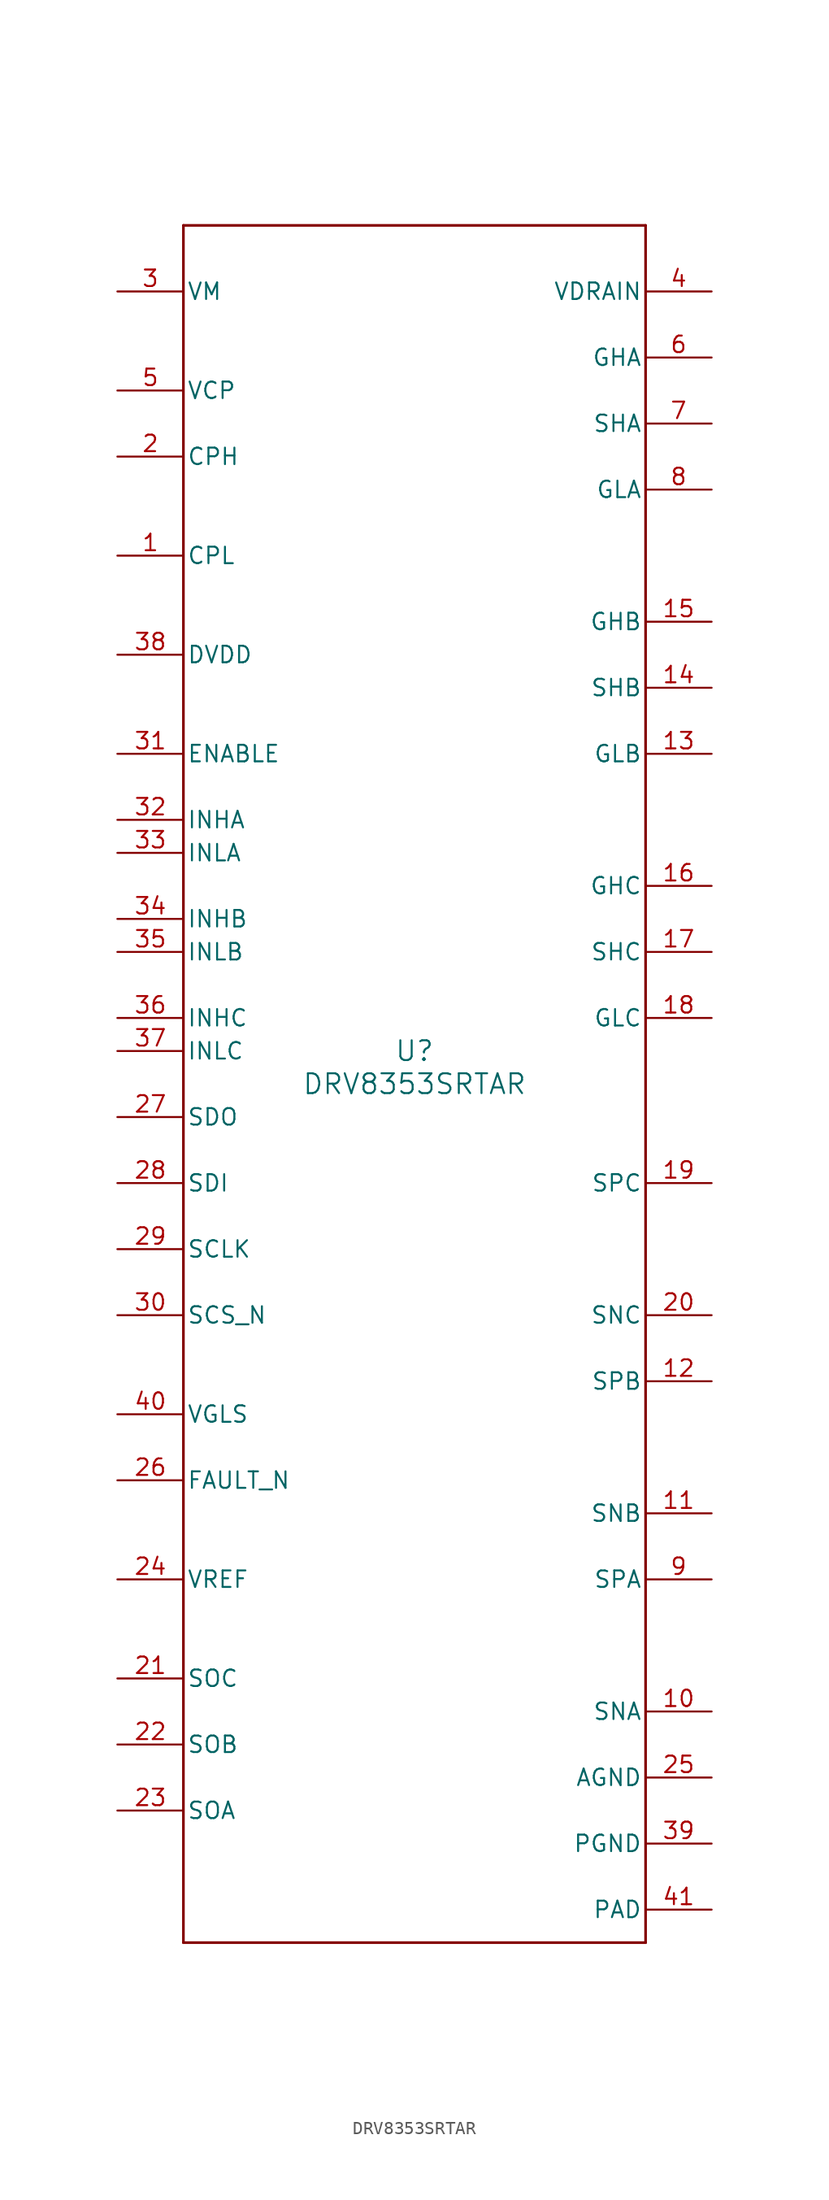
<source format=kicad_sym>
(kicad_symbol_lib
  (version 20211014)
  (generator kicad_symbol_editor)
  (symbol "DRV8353SRTAR"
    (pin_names
      (offset 0.254))
    (property "Reference" "U"
      (at 0 2.54 0)
      (effects (font (size 1.524 1.524))))
    (property "Value" "DRV8353SRTAR"
      (at 0 0 0)
      (effects (font (size 1.524 1.524))))
    (symbol "DRV8353SRTAR_0_1"
      (polyline (pts (xy -17.78 -66.04) (xy 17.78 -66.04)) (stroke (width 0.203) (type default) (color 0 0 0 0)) (fill (type none)))
      (polyline (pts (xy 17.78 -66.04) (xy 17.78 66.04)) (stroke (width 0.203) (type default) (color 0 0 0 0)) (fill (type none)))
      (polyline (pts (xy 17.78 66.04) (xy -17.78 66.04)) (stroke (width 0.203) (type default) (color 0 0 0 0)) (fill (type none)))
      (polyline (pts (xy -17.78 66.04) (xy -17.78 -66.04)) (stroke (width 0.203) (type default) (color 0 0 0 0)) (fill (type none)))
      (pin unspecified line (at -22.86 40.64 0) (length 5.08) (name "CPL" (effects (font (size 1.27 1.27)))) (number "1" (effects (font (size 1.27 1.27)))))
      (pin unspecified line (at -22.86 48.26 0) (length 5.08) (name "CPH" (effects (font (size 1.27 1.27)))) (number "2" (effects (font (size 1.27 1.27)))))
      (pin power_in line (at -22.86 60.96 0) (length 5.08) (name "VM" (effects (font (size 1.27 1.27)))) (number "3" (effects (font (size 1.27 1.27)))))
      (pin input line (at 22.86 60.96 180) (length 5.08) (name "VDRAIN" (effects (font (size 1.27 1.27)))) (number "4" (effects (font (size 1.27 1.27)))))
      (pin power_in line (at -22.86 53.34 0) (length 5.08) (name "VCP" (effects (font (size 1.27 1.27)))) (number "5" (effects (font (size 1.27 1.27)))))
      (pin output line (at 22.86 55.88 180) (length 5.08) (name "GHA" (effects (font (size 1.27 1.27)))) (number "6" (effects (font (size 1.27 1.27)))))
      (pin input line (at 22.86 50.8 180) (length 5.08) (name "SHA" (effects (font (size 1.27 1.27)))) (number "7" (effects (font (size 1.27 1.27)))))
      (pin output line (at 22.86 45.72 180) (length 5.08) (name "GLA" (effects (font (size 1.27 1.27)))) (number "8" (effects (font (size 1.27 1.27)))))
      (pin input line (at 22.86 -38.1 180) (length 5.08) (name "SPA" (effects (font (size 1.27 1.27)))) (number "9" (effects (font (size 1.27 1.27)))))
      (pin input line (at 22.86 -48.26 180) (length 5.08) (name "SNA" (effects (font (size 1.27 1.27)))) (number "10" (effects (font (size 1.27 1.27)))))
      (pin input line (at 22.86 -33.02 180) (length 5.08) (name "SNB" (effects (font (size 1.27 1.27)))) (number "11" (effects (font (size 1.27 1.27)))))
      (pin input line (at 22.86 -22.86 180) (length 5.08) (name "SPB" (effects (font (size 1.27 1.27)))) (number "12" (effects (font (size 1.27 1.27)))))
      (pin output line (at 22.86 25.4 180) (length 5.08) (name "GLB" (effects (font (size 1.27 1.27)))) (number "13" (effects (font (size 1.27 1.27)))))
      (pin input line (at 22.86 30.48 180) (length 5.08) (name "SHB" (effects (font (size 1.27 1.27)))) (number "14" (effects (font (size 1.27 1.27)))))
      (pin output line (at 22.86 35.56 180) (length 5.08) (name "GHB" (effects (font (size 1.27 1.27)))) (number "15" (effects (font (size 1.27 1.27)))))
      (pin output line (at 22.86 15.24 180) (length 5.08) (name "GHC" (effects (font (size 1.27 1.27)))) (number "16" (effects (font (size 1.27 1.27)))))
      (pin input line (at 22.86 10.16 180) (length 5.08) (name "SHC" (effects (font (size 1.27 1.27)))) (number "17" (effects (font (size 1.27 1.27)))))
      (pin output line (at 22.86 5.08 180) (length 5.08) (name "GLC" (effects (font (size 1.27 1.27)))) (number "18" (effects (font (size 1.27 1.27)))))
      (pin input line (at 22.86 -7.62 180) (length 5.08) (name "SPC" (effects (font (size 1.27 1.27)))) (number "19" (effects (font (size 1.27 1.27)))))
      (pin input line (at 22.86 -17.78 180) (length 5.08) (name "SNC" (effects (font (size 1.27 1.27)))) (number "20" (effects (font (size 1.27 1.27)))))
      (pin output line (at -22.86 -45.72 0) (length 5.08) (name "SOC" (effects (font (size 1.27 1.27)))) (number "21" (effects (font (size 1.27 1.27)))))
      (pin output line (at -22.86 -50.8 0) (length 5.08) (name "SOB" (effects (font (size 1.27 1.27)))) (number "22" (effects (font (size 1.27 1.27)))))
      (pin output line (at -22.86 -55.88 0) (length 5.08) (name "SOA" (effects (font (size 1.27 1.27)))) (number "23" (effects (font (size 1.27 1.27)))))
      (pin input line (at -22.86 -38.1 0) (length 5.08) (name "VREF" (effects (font (size 1.27 1.27)))) (number "24" (effects (font (size 1.27 1.27)))))
      (pin power_in line (at 22.86 -53.34 180) (length 5.08) (name "AGND" (effects (font (size 1.27 1.27)))) (number "25" (effects (font (size 1.27 1.27)))))
      (pin open_collector line (at -22.86 -30.48 0) (length 5.08) (name "FAULT_N" (effects (font (size 1.27 1.27)))) (number "26" (effects (font (size 1.27 1.27)))))
      (pin unspecified line (at -22.86 -2.54 0) (length 5.08) (name "SDO" (effects (font (size 1.27 1.27)))) (number "27" (effects (font (size 1.27 1.27)))))
      (pin input line (at -22.86 -7.62 0) (length 5.08) (name "SDI" (effects (font (size 1.27 1.27)))) (number "28" (effects (font (size 1.27 1.27)))))
      (pin input line (at -22.86 -12.7 0) (length 5.08) (name "SCLK" (effects (font (size 1.27 1.27)))) (number "29" (effects (font (size 1.27 1.27)))))
      (pin input line (at -22.86 -17.78 0) (length 5.08) (name "SCS_N" (effects (font (size 1.27 1.27)))) (number "30" (effects (font (size 1.27 1.27)))))
      (pin input line (at -22.86 25.4 0) (length 5.08) (name "ENABLE" (effects (font (size 1.27 1.27)))) (number "31" (effects (font (size 1.27 1.27)))))
      (pin input line (at -22.86 20.32 0) (length 5.08) (name "INHA" (effects (font (size 1.27 1.27)))) (number "32" (effects (font (size 1.27 1.27)))))
      (pin input line (at -22.86 17.78 0) (length 5.08) (name "INLA" (effects (font (size 1.27 1.27)))) (number "33" (effects (font (size 1.27 1.27)))))
      (pin input line (at -22.86 12.7 0) (length 5.08) (name "INHB" (effects (font (size 1.27 1.27)))) (number "34" (effects (font (size 1.27 1.27)))))
      (pin input line (at -22.86 10.16 0) (length 5.08) (name "INLB" (effects (font (size 1.27 1.27)))) (number "35" (effects (font (size 1.27 1.27)))))
      (pin input line (at -22.86 5.08 0) (length 5.08) (name "INHC" (effects (font (size 1.27 1.27)))) (number "36" (effects (font (size 1.27 1.27)))))
      (pin input line (at -22.86 2.54 0) (length 5.08) (name "INLC" (effects (font (size 1.27 1.27)))) (number "37" (effects (font (size 1.27 1.27)))))
      (pin power_in line (at -22.86 33.02 0) (length 5.08) (name "DVDD" (effects (font (size 1.27 1.27)))) (number "38" (effects (font (size 1.27 1.27)))))
      (pin power_in line (at 22.86 -58.42 180) (length 5.08) (name "PGND" (effects (font (size 1.27 1.27)))) (number "39" (effects (font (size 1.27 1.27)))))
      (pin power_in line (at -22.86 -25.4 0) (length 5.08) (name "VGLS" (effects (font (size 1.27 1.27)))) (number "40" (effects (font (size 1.27 1.27)))))
      (pin power_in line (at 22.86 -63.5 180) (length 5.08) (name "PAD" (effects (font (size 1.27 1.27)))) (number "41" (effects (font (size 1.27 1.27))))))))
</source>
